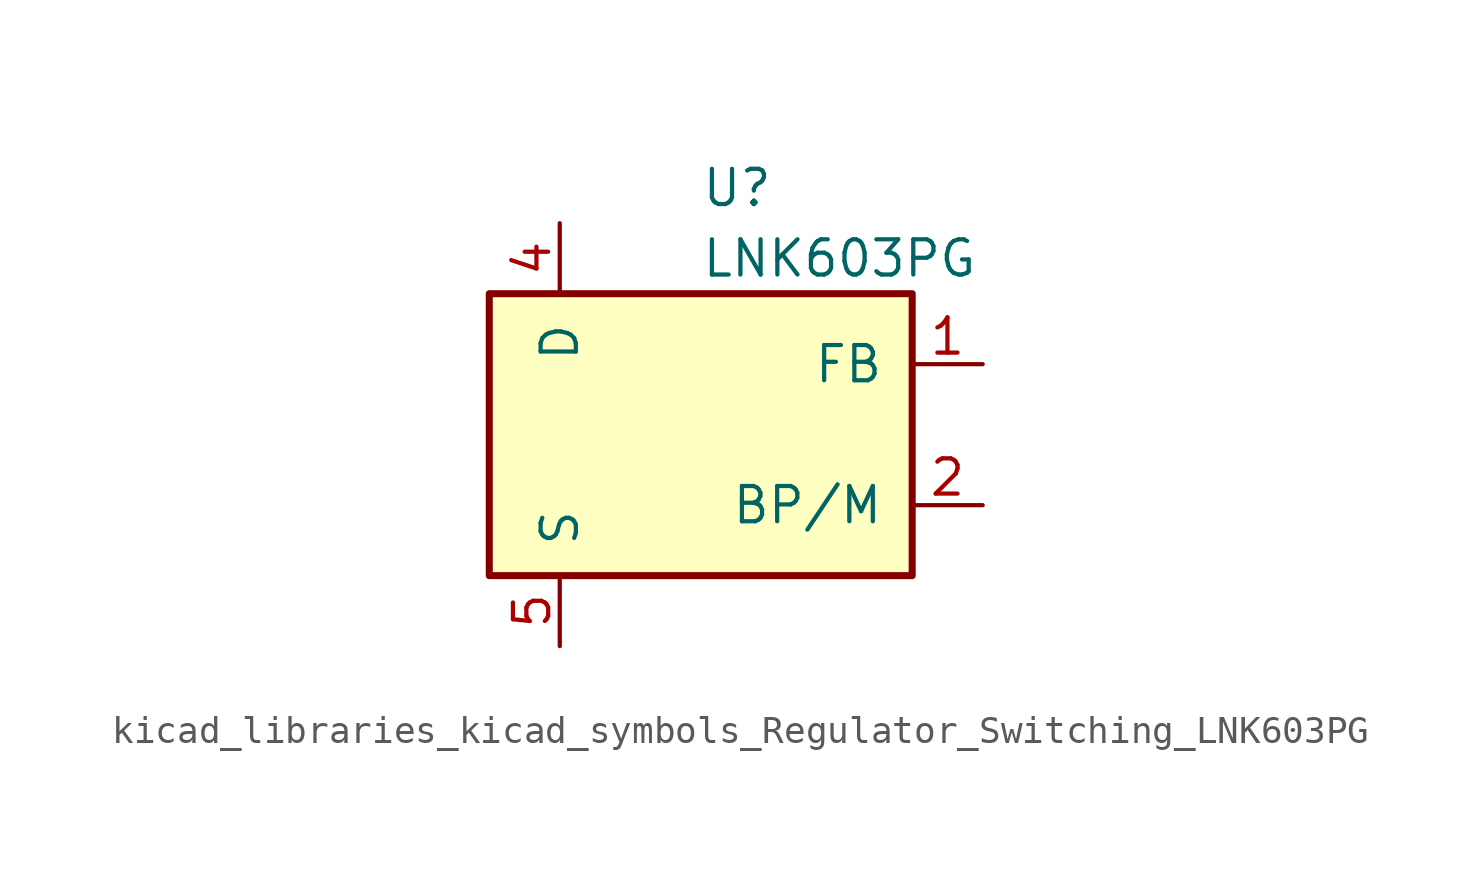
<source format=kicad_sym>
(kicad_symbol_lib
  (version 20220914)
  (generator kicad_symbol_editor)
  (symbol "kicad_libraries_kicad_symbols_Regulator_Switching_LNK603PG"
    (pin_names
      (offset 1.016))
    (property "Reference" "U"
      (at 0 8.89 0)
      (effects (font (size 1.27 1.27)) (justify left)))
    (property "Value" "LNK603PG"
      (at 0 6.35 0)
      (effects (font (size 1.27 1.27)) (justify left)))
    (symbol "kicad_libraries_kicad_symbols_Regulator_Switching_LNK603PG_0_1"
      (rectangle (start -7.62 5.08) (end 7.62 -5.08) (stroke (width 0.254) (type default)) (fill (type background))))
    (symbol "kicad_libraries_kicad_symbols_Regulator_Switching_LNK603PG_1_1"
      (pin input line (at 10.16 2.54 180) (length 2.54) (name "FB" (effects (font (size 1.27 1.27)))) (number "1" (effects (font (size 1.27 1.27)))))
      (pin input line (at 10.16 -2.54 180) (length 2.54) (name "BP/M" (effects (font (size 1.27 1.27)))) (number "2" (effects (font (size 1.27 1.27)))))
      (pin open_collector line (at -5.08 7.62 270) (length 2.54) (name "D" (effects (font (size 1.27 1.27)))) (number "4" (effects (font (size 1.27 1.27)))))
      (pin power_in line (at -5.08 -7.62 90) (length 2.54) (name "S" (effects (font (size 1.27 1.27)))) (number "5" (effects (font (size 1.27 1.27)))))
      (pin passive line (at -5.08 -7.62 90) (length 2.54) hide (name "S" (effects (font (size 1.27 1.27)))) (number "6" (effects (font (size 1.27 1.27)))))
      (pin passive line (at -5.08 -7.62 90) (length 2.54) hide (name "S" (effects (font (size 1.27 1.27)))) (number "7" (effects (font (size 1.27 1.27)))))
      (pin passive line (at -5.08 -7.62 90) (length 2.54) hide (name "S" (effects (font (size 1.27 1.27)))) (number "8" (effects (font (size 1.27 1.27))))))))
</source>
